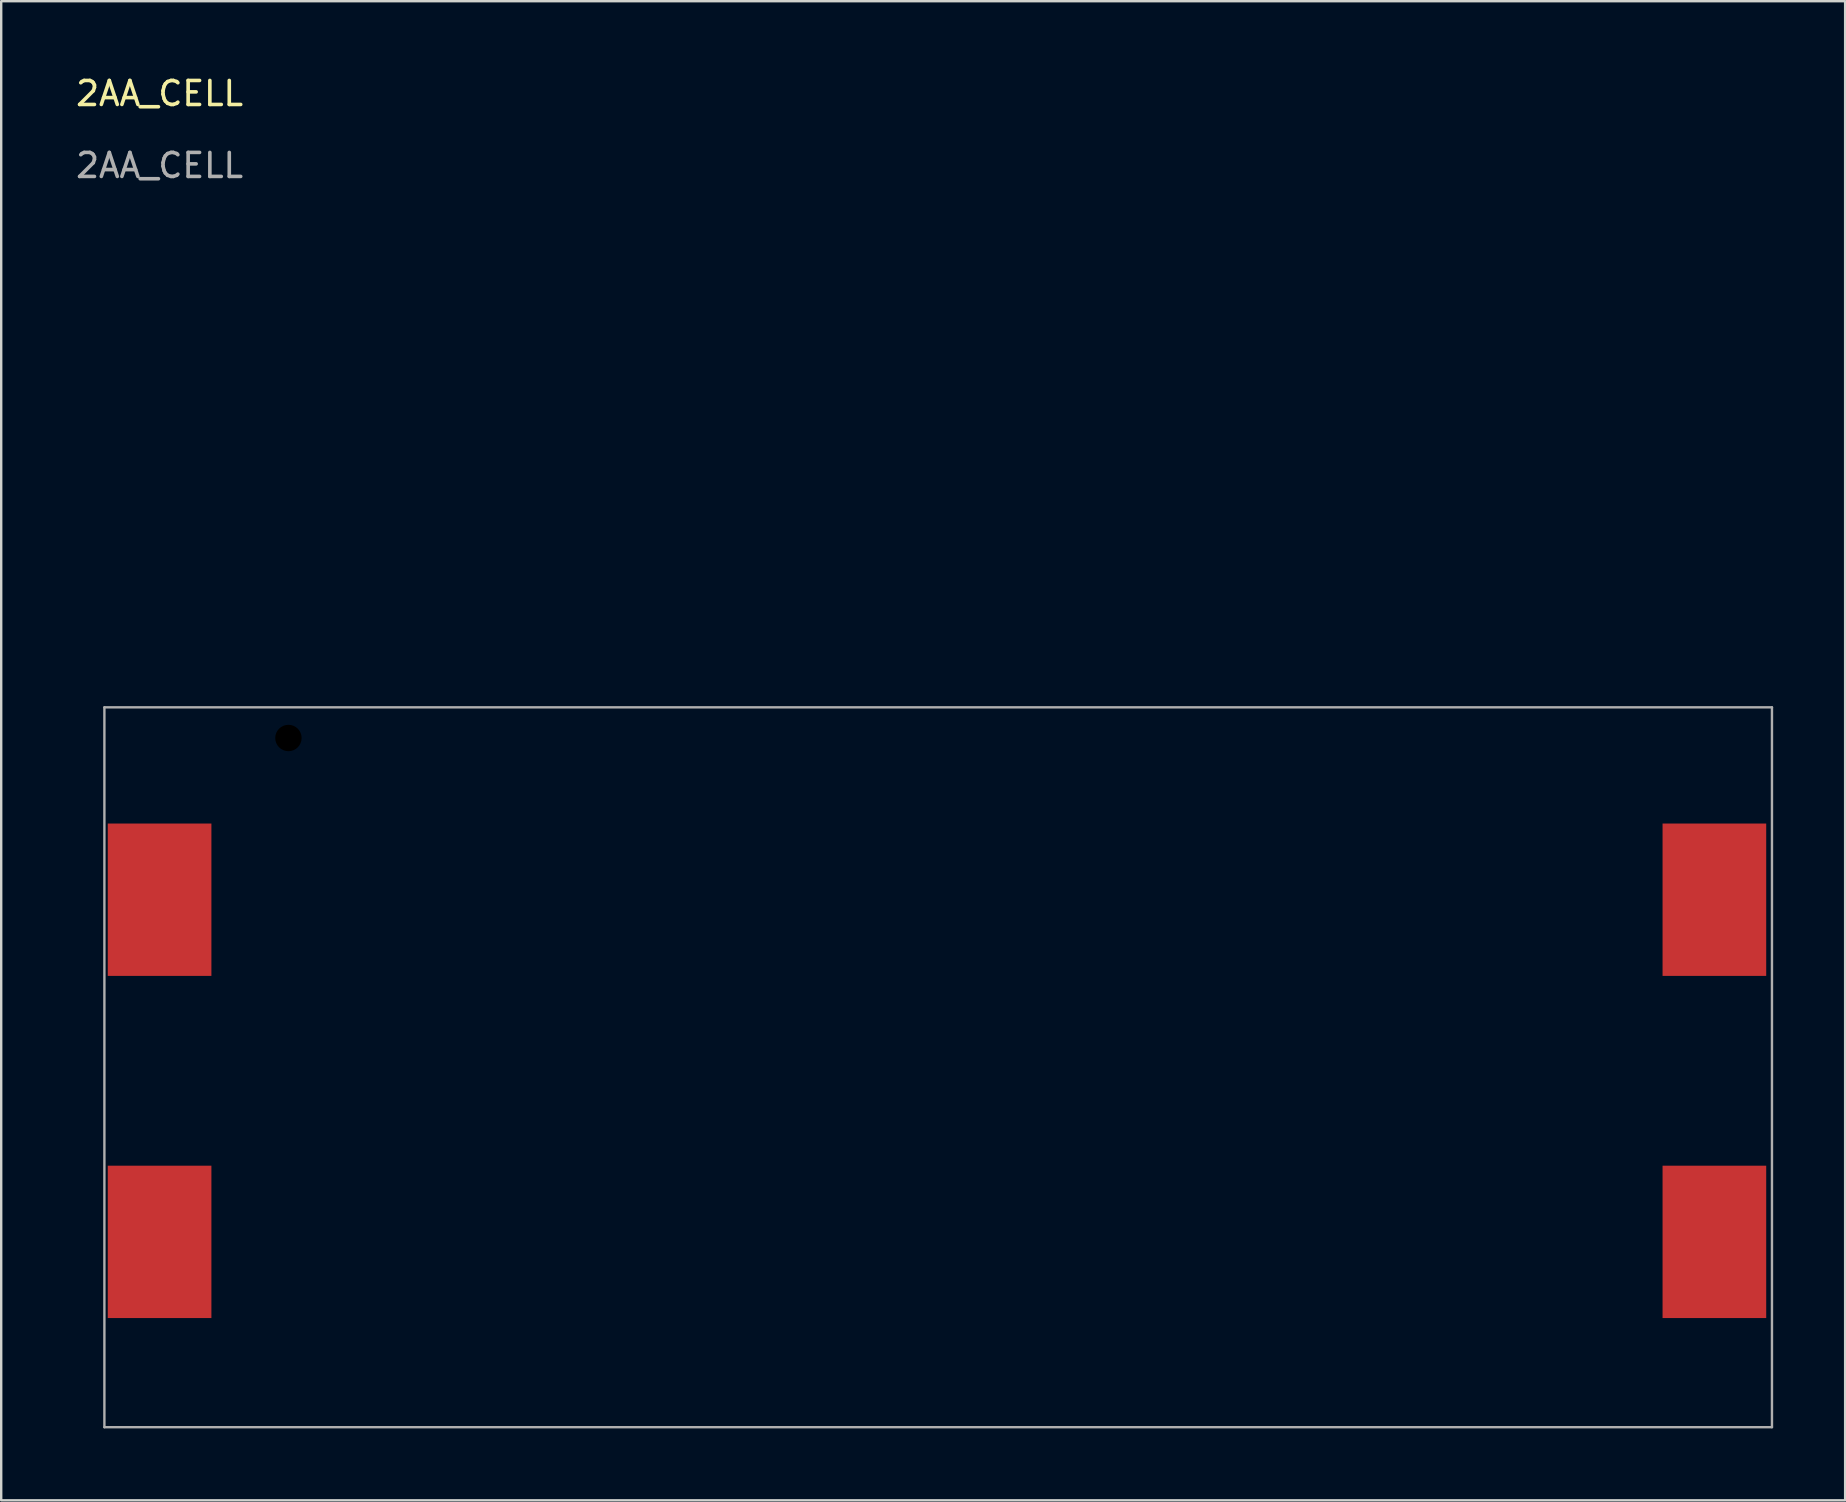
<source format=kicad_pcb>
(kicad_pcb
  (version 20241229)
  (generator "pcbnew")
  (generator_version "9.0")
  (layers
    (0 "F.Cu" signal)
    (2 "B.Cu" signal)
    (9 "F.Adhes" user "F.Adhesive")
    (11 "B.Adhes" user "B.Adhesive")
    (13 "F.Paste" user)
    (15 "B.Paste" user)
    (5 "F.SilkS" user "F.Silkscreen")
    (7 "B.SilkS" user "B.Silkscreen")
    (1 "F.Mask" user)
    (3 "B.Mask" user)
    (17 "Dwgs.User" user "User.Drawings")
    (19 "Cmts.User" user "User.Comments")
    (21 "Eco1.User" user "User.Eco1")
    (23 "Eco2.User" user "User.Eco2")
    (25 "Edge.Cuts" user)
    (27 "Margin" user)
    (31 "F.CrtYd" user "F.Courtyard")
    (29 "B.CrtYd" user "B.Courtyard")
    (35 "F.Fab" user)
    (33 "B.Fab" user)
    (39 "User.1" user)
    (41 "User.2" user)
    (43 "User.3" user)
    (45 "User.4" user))
  (footprint "2AA_CELL"
    (layer "F.Cu")
    (at 3.601 34.448)
    (property "Reference" "2AA_CELL" (at 0 -33.6 0) (unlocked yes) (layer "F.SilkS") (effects (font (size 1 1) (thickness 0.15))))
    (attr smd)
    (fp_line (start -2.3 -8.017) (end -2.3 21.983) (stroke (width 0.1) (type solid)) (layer "F.Fab"))
    (fp_line (start -2.3 21.983) (end 67.2 21.983) (stroke (width 0.1) (type solid)) (layer "F.Fab"))
    (fp_line (start 67.2 -8.017) (end -2.3 -8.017) (stroke (width 0.1) (type solid)) (layer "F.Fab"))
    (fp_line (start 67.2 -8.017) (end 67.2 21.983) (stroke (width 0.1) (type solid)) (layer "F.Fab"))
    (fp_text user "${REFERENCE}" (at 0 -30.6 0) (unlocked yes) (layer "F.Fab") (effects (font (size 1 1) (thickness 0.15))))
    (pad "" np_thru_hole circle (at 5.37 -6.74) (size 1.3 1.3) (drill 1.1) (layers "*.Mask"))
    (pad "1" smd rect (at 0 0) (size 4.32 6.35) (layers "F.Cu" "F.Mask" "F.Paste"))
    (pad "2" smd rect (at 64.8 0) (size 4.32 6.35) (layers "F.Cu" "F.Mask" "F.Paste"))
    (pad "3" smd rect (at 0 14.26) (size 4.32 6.35) (layers "F.Cu" "F.Mask" "F.Paste"))
    (pad "4" smd rect (at 64.8 14.26) (size 4.32 6.35) (layers "F.Cu" "F.Mask" "F.Paste")))
  (gr_rect
    (start -3 -3)
    (end 73.851 59.481)
    (stroke (width 0.1) (type default))
    (fill no)
    (layer "Edge.Cuts")))
</source>
